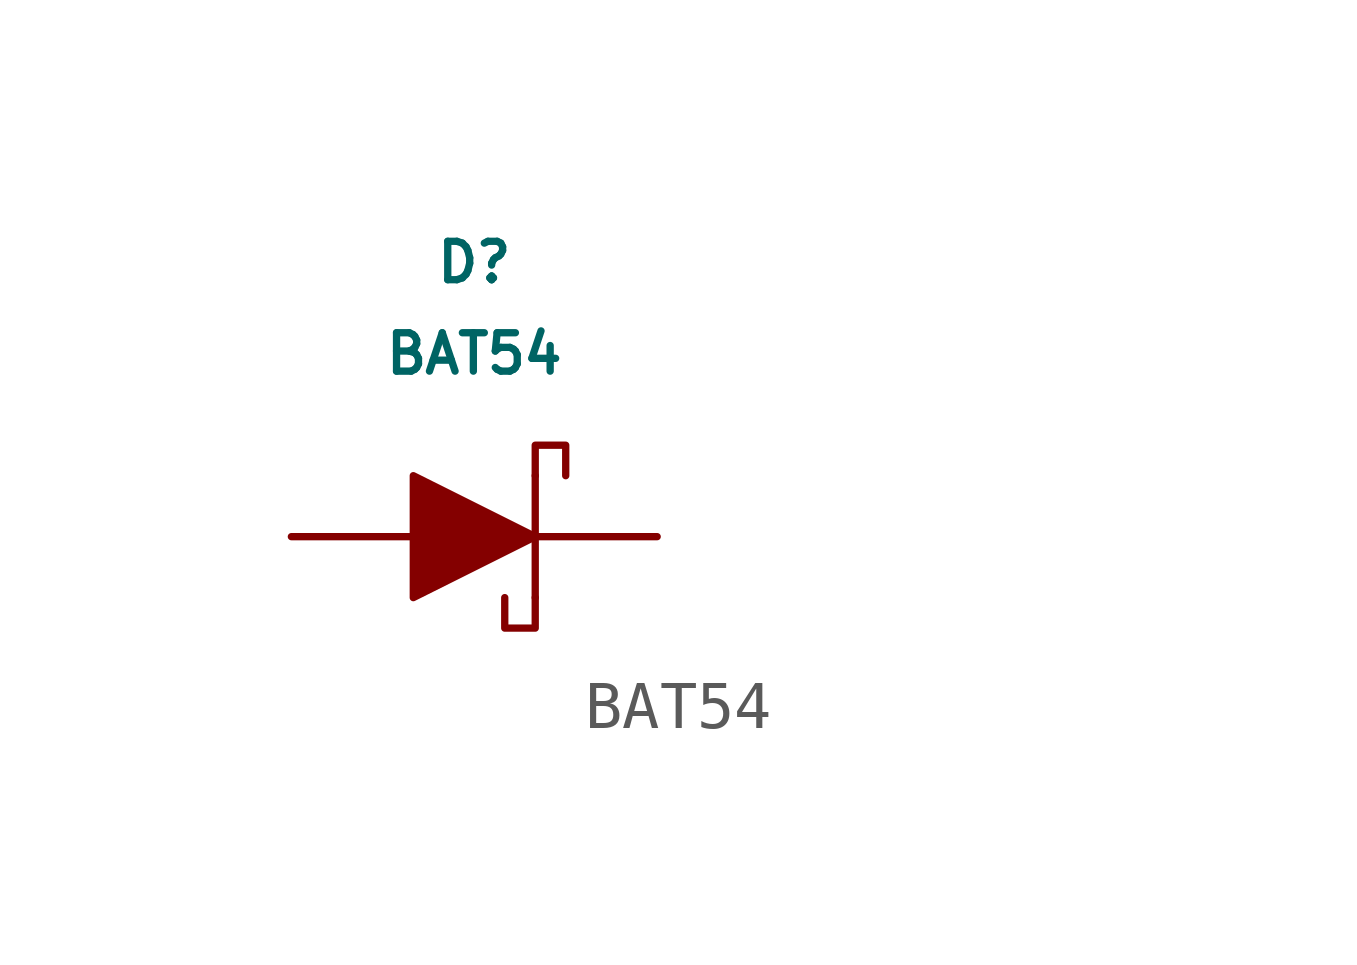
<source format=kicad_sym>
(kicad_symbol_lib
  (version 20220914)
  (generator kicad_symbol_editor)
  (symbol "BAT54"
    (pin_numbers hide)
    (pin_names hide)
    (property "Reference" "D"
      (at 10.16 5.715 0)
      (do_not_autoplace)
      (effects (font (size 0.8 0.8))))
    (property "Value" "BAT54"
      (at 10.16 3.81 0)
      (do_not_autoplace)
      (effects (font (size 0.8 0.8))))
    (symbol "BAT54_0_1"
      (polyline (pts (xy 11.43 1.27) (xy 11.43 -1.27)) (stroke (width 0) (type default)) (fill (type none)))
      (polyline (pts (xy 11.43 -1.27) (xy 11.43 -1.905) (xy 10.795 -1.905) (xy 10.795 -1.27)) (stroke (width 0) (type default)) (fill (type none)))
      (polyline (pts (xy 11.43 1.27) (xy 11.43 1.905) (xy 12.065 1.905) (xy 12.065 1.27)) (stroke (width 0) (type default)) (fill (type none))))
    (symbol "BAT54_1_1"
      (polyline (pts (xy 8.89 1.27) (xy 8.89 -1.27) (xy 11.43 0) (xy 8.89 1.27)) (stroke (width 0) (type default)) (fill (type outline)))
      (pin passive line (at 6.35 0 0) (length 2.54) (name "" (effects (font (size 1.27 1.27)))) (number "1" (effects (font (size 1.27 1.27)))))
      (pin passive line (at 13.97 0 180) (length 2.54) (name "" (effects (font (size 1.27 1.27)))) (number "2" (effects (font (size 1.27 1.27)))))
      (pin no_connect line (at 22.86 0 180) (length 5.08) hide (name "NC" (effects (font (size 1.27 1.27)))) (number "3" (effects (font (size 1.27 1.27))))))))
</source>
